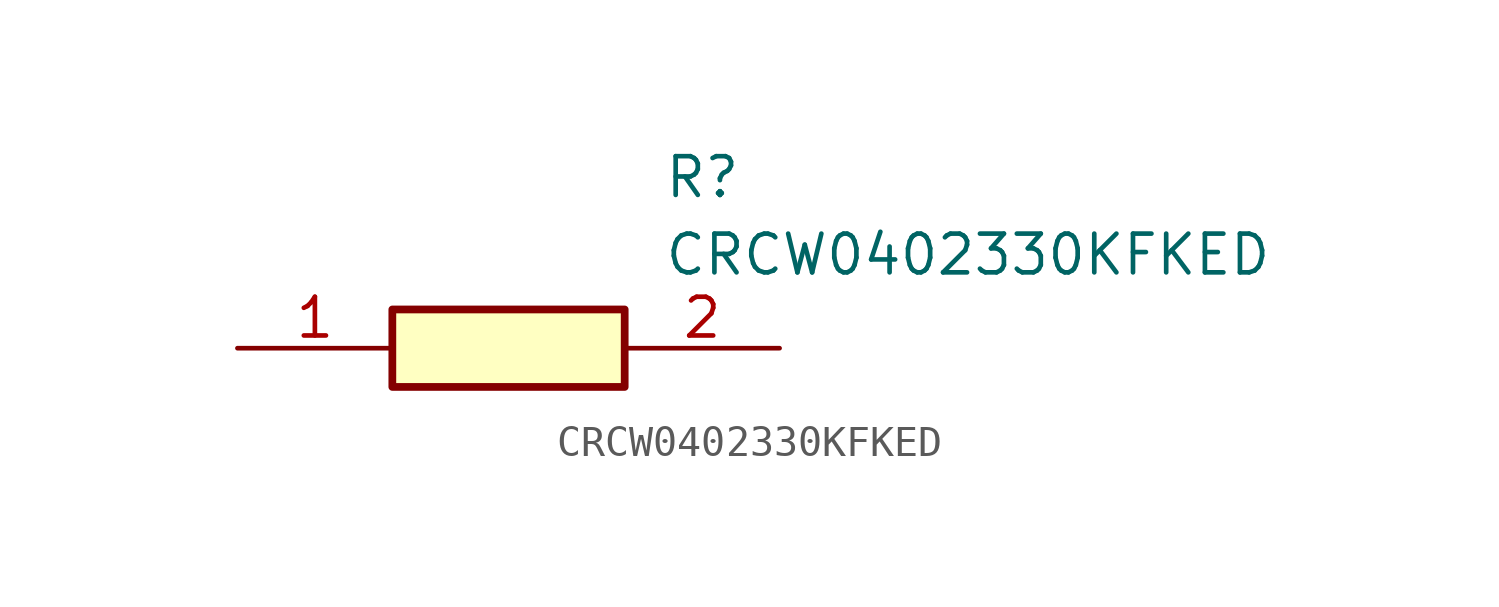
<source format=kicad_sym>
(kicad_symbol_lib
  (version 20211014)
  (generator SamacSys_ECAD_Model)
  (symbol "CRCW0402330KFKED"
    (pin_names hide)
    (property "Reference" "R"
      (at 13.97 6.35 0)
      (effects (font (size 1.27 1.27)) (justify left top)))
    (property "Value" "CRCW0402330KFKED"
      (at 13.97 3.81 0)
      (effects (font (size 1.27 1.27)) (justify left top)))
    (rectangle
      (start 5.08 1.27)
      (end 12.7 -1.27)
      (stroke (width 0.254) (type default))
      (fill (type background)))
    (pin passive line
      (at 0 0 0)
      (length 5.08)
      (name "1" (effects (font (size 1.27 1.27))))
      (number "1" (effects (font (size 1.27 1.27)))))
    (pin passive line
      (at 17.78 0 180)
      (length 5.08)
      (name "2" (effects (font (size 1.27 1.27))))
      (number "2" (effects (font (size 1.27 1.27)))))))
</source>
